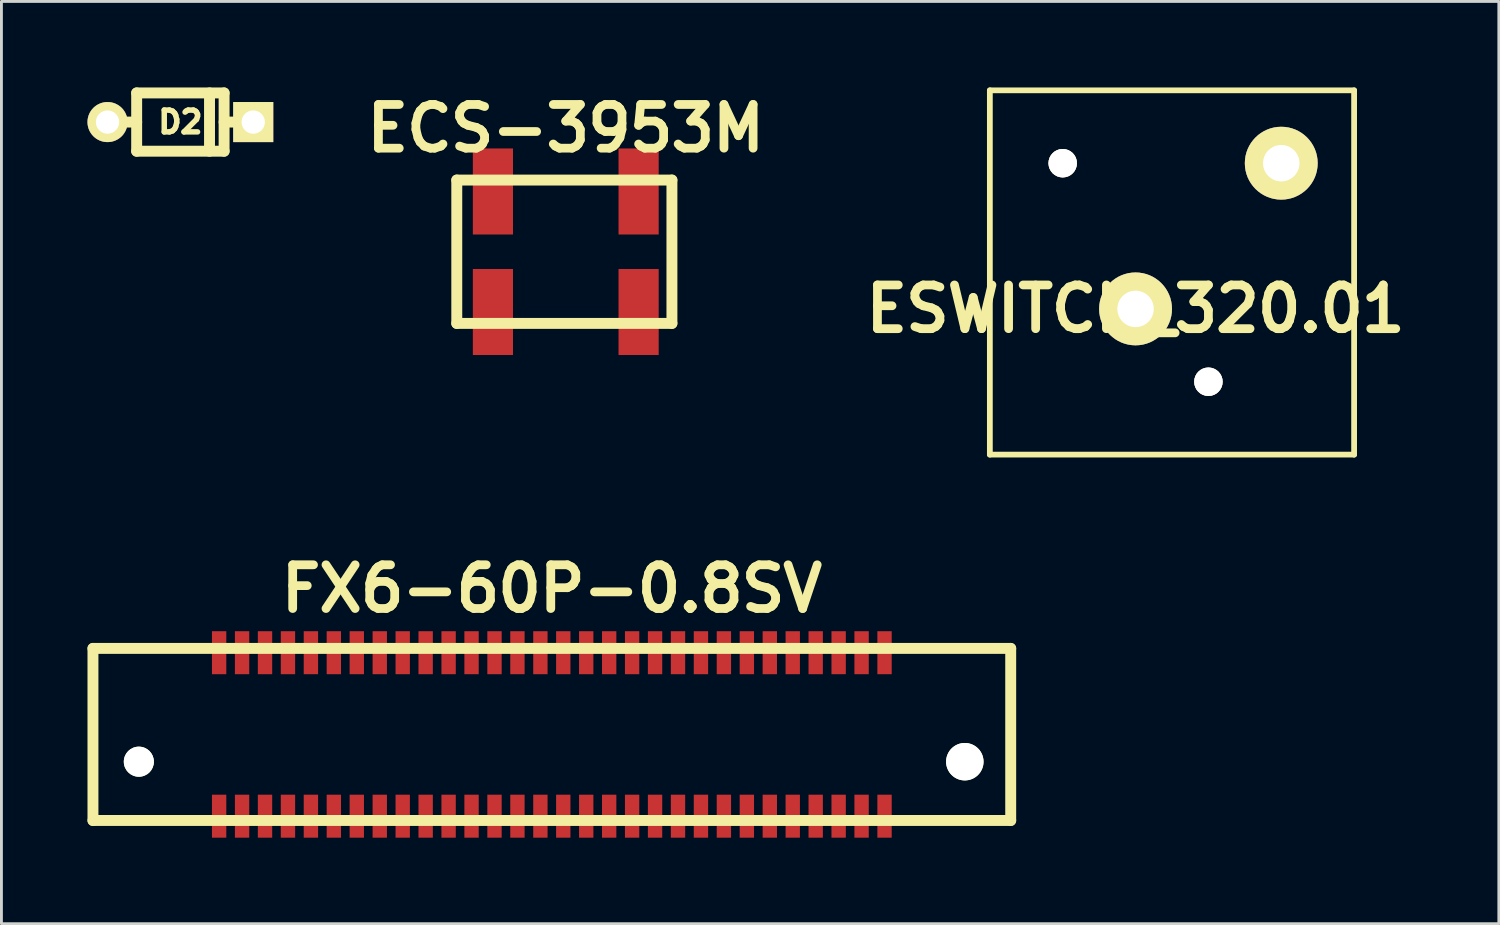
<source format=kicad_pcb>
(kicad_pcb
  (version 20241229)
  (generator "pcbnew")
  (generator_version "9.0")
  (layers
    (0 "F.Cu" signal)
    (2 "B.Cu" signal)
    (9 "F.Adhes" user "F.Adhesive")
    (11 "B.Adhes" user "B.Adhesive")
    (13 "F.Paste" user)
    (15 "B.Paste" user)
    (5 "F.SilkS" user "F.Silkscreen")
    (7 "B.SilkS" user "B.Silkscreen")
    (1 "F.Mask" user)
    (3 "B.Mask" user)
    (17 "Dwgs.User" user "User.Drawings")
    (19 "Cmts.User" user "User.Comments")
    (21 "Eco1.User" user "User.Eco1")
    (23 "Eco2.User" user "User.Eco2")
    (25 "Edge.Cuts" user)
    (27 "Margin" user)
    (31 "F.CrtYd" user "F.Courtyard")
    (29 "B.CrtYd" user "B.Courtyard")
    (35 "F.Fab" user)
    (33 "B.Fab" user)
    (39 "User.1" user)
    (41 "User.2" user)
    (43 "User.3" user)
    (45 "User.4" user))
  (footprint "FX6-60P-0.8SV"
    (layer "F.Cu")
    (at 16.19 22.557)
    (property "Reference" "FX6-60P-0.8SV" (at 0 -5.08 0) (layer "F.SilkS") (effects (font (size 1.524 1.524) (thickness 0.305))))
    (attr through_hole)
    (fp_line (start -15.999 -3) (end 15.999 -3) (stroke (width 0.381) (type solid)) (layer "F.SilkS"))
    (fp_line (start -15.999 3) (end -15.999 -3) (stroke (width 0.381) (type solid)) (layer "F.SilkS"))
    (fp_line (start 15.999 -3) (end 15.999 3) (stroke (width 0.381) (type solid)) (layer "F.SilkS"))
    (fp_line (start 15.999 3) (end -15.999 3) (stroke (width 0.381) (type solid)) (layer "F.SilkS"))
    (pad "" np_thru_hole circle (at -14.399 0.95) (size 1.049 1.049) (drill 1.049) (layers "*.Cu" "*.Mask" "F.SilkS"))
    (pad "" np_thru_hole circle (at 14.399 0.95) (size 1.306 1.306) (drill 1.306) (layers "*.Cu" "*.Mask" "F.SilkS"))
    (pad "1" smd rect (at 11.6 -2.85) (size 0.5 1.499) (layers "F.Cu" "F.Mask" "F.Paste"))
    (pad "2" smd rect (at 11.6 2.85 180) (size 0.5 1.499) (layers "F.Cu" "F.Mask" "F.Paste"))
    (pad "3" smd rect (at 10.8 -2.85) (size 0.5 1.499) (layers "F.Cu" "F.Mask" "F.Paste"))
    (pad "4" smd rect (at 10.8 2.85 180) (size 0.5 1.499) (layers "F.Cu" "F.Mask" "F.Paste"))
    (pad "5" smd rect (at 10 -2.85) (size 0.5 1.499) (layers "F.Cu" "F.Mask" "F.Paste"))
    (pad "6" smd rect (at 10 2.85 180) (size 0.5 1.499) (layers "F.Cu" "F.Mask" "F.Paste"))
    (pad "7" smd rect (at 9.2 -2.85) (size 0.5 1.499) (layers "F.Cu" "F.Mask" "F.Paste"))
    (pad "8" smd rect (at 9.2 2.85 180) (size 0.5 1.499) (layers "F.Cu" "F.Mask" "F.Paste"))
    (pad "9" smd rect (at 8.4 -2.85) (size 0.5 1.499) (layers "F.Cu" "F.Mask" "F.Paste"))
    (pad "10" smd rect (at 8.4 2.85 180) (size 0.5 1.499) (layers "F.Cu" "F.Mask" "F.Paste"))
    (pad "11" smd rect (at 7.6 -2.85) (size 0.5 1.499) (layers "F.Cu" "F.Mask" "F.Paste"))
    (pad "12" smd rect (at 7.6 2.85 180) (size 0.5 1.499) (layers "F.Cu" "F.Mask" "F.Paste"))
    (pad "13" smd rect (at 6.8 -2.85) (size 0.5 1.499) (layers "F.Cu" "F.Mask" "F.Paste"))
    (pad "14" smd rect (at 6.8 2.85 180) (size 0.5 1.499) (layers "F.Cu" "F.Mask" "F.Paste"))
    (pad "15" smd rect (at 5.999 -2.85) (size 0.5 1.499) (layers "F.Cu" "F.Mask" "F.Paste"))
    (pad "16" smd rect (at 5.999 2.85 180) (size 0.5 1.499) (layers "F.Cu" "F.Mask" "F.Paste"))
    (pad "17" smd rect (at 5.199 -2.85) (size 0.5 1.499) (layers "F.Cu" "F.Mask" "F.Paste"))
    (pad "18" smd rect (at 5.199 2.85 180) (size 0.5 1.499) (layers "F.Cu" "F.Mask" "F.Paste"))
    (pad "19" smd rect (at 4.399 -2.85) (size 0.5 1.499) (layers "F.Cu" "F.Mask" "F.Paste"))
    (pad "20" smd rect (at 4.399 2.85 180) (size 0.5 1.499) (layers "F.Cu" "F.Mask" "F.Paste"))
    (pad "21" smd rect (at 3.599 -2.85) (size 0.5 1.499) (layers "F.Cu" "F.Mask" "F.Paste"))
    (pad "22" smd rect (at 3.599 2.85 180) (size 0.5 1.499) (layers "F.Cu" "F.Mask" "F.Paste"))
    (pad "23" smd rect (at 2.799 -2.85) (size 0.5 1.499) (layers "F.Cu" "F.Mask" "F.Paste"))
    (pad "24" smd rect (at 2.799 2.85 180) (size 0.5 1.499) (layers "F.Cu" "F.Mask" "F.Paste"))
    (pad "25" smd rect (at 1.999 -2.85) (size 0.5 1.499) (layers "F.Cu" "F.Mask" "F.Paste"))
    (pad "26" smd rect (at 1.999 2.85 180) (size 0.5 1.499) (layers "F.Cu" "F.Mask" "F.Paste"))
    (pad "27" smd rect (at 1.199 -2.85) (size 0.5 1.499) (layers "F.Cu" "F.Mask" "F.Paste"))
    (pad "28" smd rect (at 1.199 2.85 180) (size 0.5 1.499) (layers "F.Cu" "F.Mask" "F.Paste"))
    (pad "29" smd rect (at 0.399 -2.85) (size 0.5 1.499) (layers "F.Cu" "F.Mask" "F.Paste"))
    (pad "30" smd rect (at 0.399 2.85 180) (size 0.5 1.499) (layers "F.Cu" "F.Mask" "F.Paste"))
    (pad "31" smd rect (at -0.399 -2.85) (size 0.5 1.499) (layers "F.Cu" "F.Mask" "F.Paste"))
    (pad "32" smd rect (at -0.399 2.85 180) (size 0.5 1.499) (layers "F.Cu" "F.Mask" "F.Paste"))
    (pad "33" smd rect (at -1.199 -2.85) (size 0.5 1.499) (layers "F.Cu" "F.Mask" "F.Paste"))
    (pad "34" smd rect (at -1.199 2.85 180) (size 0.5 1.499) (layers "F.Cu" "F.Mask" "F.Paste"))
    (pad "35" smd rect (at -1.999 -2.85) (size 0.5 1.499) (layers "F.Cu" "F.Mask" "F.Paste"))
    (pad "36" smd rect (at -1.999 2.85 180) (size 0.5 1.499) (layers "F.Cu" "F.Mask" "F.Paste"))
    (pad "37" smd rect (at -2.799 -2.85) (size 0.5 1.499) (layers "F.Cu" "F.Mask" "F.Paste"))
    (pad "38" smd rect (at -2.799 2.85 180) (size 0.5 1.499) (layers "F.Cu" "F.Mask" "F.Paste"))
    (pad "39" smd rect (at -3.599 -2.85) (size 0.5 1.499) (layers "F.Cu" "F.Mask" "F.Paste"))
    (pad "40" smd rect (at -3.599 2.85 180) (size 0.5 1.499) (layers "F.Cu" "F.Mask" "F.Paste"))
    (pad "41" smd rect (at -4.399 -2.85) (size 0.5 1.499) (layers "F.Cu" "F.Mask" "F.Paste"))
    (pad "42" smd rect (at -4.399 2.85 180) (size 0.5 1.499) (layers "F.Cu" "F.Mask" "F.Paste"))
    (pad "43" smd rect (at -5.199 -2.85) (size 0.5 1.499) (layers "F.Cu" "F.Mask" "F.Paste"))
    (pad "44" smd rect (at -5.199 2.85 180) (size 0.5 1.499) (layers "F.Cu" "F.Mask" "F.Paste"))
    (pad "45" smd rect (at -5.999 -2.85) (size 0.5 1.499) (layers "F.Cu" "F.Mask" "F.Paste"))
    (pad "46" smd rect (at -5.999 2.85 180) (size 0.5 1.499) (layers "F.Cu" "F.Mask" "F.Paste"))
    (pad "47" smd rect (at -6.8 -2.85) (size 0.5 1.499) (layers "F.Cu" "F.Mask" "F.Paste"))
    (pad "48" smd rect (at -6.8 2.85 180) (size 0.5 1.499) (layers "F.Cu" "F.Mask" "F.Paste"))
    (pad "49" smd rect (at -7.6 -2.85) (size 0.5 1.499) (layers "F.Cu" "F.Mask" "F.Paste"))
    (pad "50" smd rect (at -7.6 2.85 180) (size 0.5 1.499) (layers "F.Cu" "F.Mask" "F.Paste"))
    (pad "51" smd rect (at -8.4 -2.85) (size 0.5 1.499) (layers "F.Cu" "F.Mask" "F.Paste"))
    (pad "52" smd rect (at -8.4 2.85 180) (size 0.5 1.499) (layers "F.Cu" "F.Mask" "F.Paste"))
    (pad "53" smd rect (at -9.2 -2.85) (size 0.5 1.499) (layers "F.Cu" "F.Mask" "F.Paste"))
    (pad "54" smd rect (at -9.2 2.85 180) (size 0.5 1.499) (layers "F.Cu" "F.Mask" "F.Paste"))
    (pad "55" smd rect (at -10 -2.85) (size 0.5 1.499) (layers "F.Cu" "F.Mask" "F.Paste"))
    (pad "56" smd rect (at -10 2.85 180) (size 0.5 1.499) (layers "F.Cu" "F.Mask" "F.Paste"))
    (pad "57" smd rect (at -10.8 -2.85) (size 0.5 1.499) (layers "F.Cu" "F.Mask" "F.Paste"))
    (pad "58" smd rect (at -10.8 2.85 180) (size 0.5 1.499) (layers "F.Cu" "F.Mask" "F.Paste"))
    (pad "59" smd rect (at -11.6 -2.85) (size 0.5 1.499) (layers "F.Cu" "F.Mask" "F.Paste"))
    (pad "60" smd rect (at -11.6 2.85 180) (size 0.5 1.499) (layers "F.Cu" "F.Mask" "F.Paste")))
  (footprint "D2"
    (layer "F.Cu")
    (at 3.239 1.206)
    (property "Reference" "D2" (at 0 0 0) (layer "F.SilkS") (effects (font (size 0.762 0.762) (thickness 0.191))))
    (attr through_hole)
    (fp_line (start -2.54 0) (end -1.524 0) (stroke (width 0.381) (type solid)) (layer "F.SilkS"))
    (fp_line (start -1.524 -1.016) (end -1.524 1.016) (stroke (width 0.381) (type solid)) (layer "F.SilkS"))
    (fp_line (start -1.524 -1.016) (end 1.524 -1.016) (stroke (width 0.381) (type solid)) (layer "F.SilkS"))
    (fp_line (start -1.524 1.016) (end 1.524 1.016) (stroke (width 0.381) (type solid)) (layer "F.SilkS"))
    (fp_line (start 1.016 -1.016) (end 1.016 1.016) (stroke (width 0.381) (type solid)) (layer "F.SilkS"))
    (fp_line (start 1.524 -1.016) (end 1.524 1.016) (stroke (width 0.381) (type solid)) (layer "F.SilkS"))
    (fp_line (start 1.524 0) (end 2.54 0) (stroke (width 0.381) (type solid)) (layer "F.SilkS"))
    (pad "1" thru_hole circle (at -2.54 0) (size 1.397 1.397) (drill 0.813) (layers "*.Cu" "*.Mask" "F.SilkS"))
    (pad "2" thru_hole rect (at 2.54 0) (size 1.397 1.397) (drill 0.813) (layers "*.Cu" "*.Mask" "F.SilkS")))
  (footprint "ESWITCH_320.01"
    (layer "F.Cu")
    (at 31.462 12.8)
    (property "Reference" "ESWITCH_320.01" (at 5.08 -5.08 0) (layer "F.SilkS") (effects (font (size 1.524 1.524) (thickness 0.305))))
    (attr through_hole)
    (fp_line (start 0 -12.7) (end 12.7 -12.7) (stroke (width 0.201) (type solid)) (layer "F.SilkS"))
    (fp_line (start 0 0) (end 0 -12.7) (stroke (width 0.201) (type solid)) (layer "F.SilkS"))
    (fp_line (start 12.7 -12.7) (end 12.7 0) (stroke (width 0.201) (type solid)) (layer "F.SilkS"))
    (fp_line (start 12.7 0) (end 0 0) (stroke (width 0.201) (type solid)) (layer "F.SilkS"))
    (pad "1" thru_hole circle (at 10.16 -10.16) (size 2.54 2.54) (drill 1.27) (layers "*.Cu" "*.Mask" "F.SilkS"))
    (pad "2" thru_hole circle (at 5.08 -5.08) (size 2.54 2.54) (drill 1.27) (layers "*.Cu" "*.Mask" "F.SilkS"))
    (pad "3" thru_hole circle (at 7.62 -2.54) (size 0.991 0.991) (drill 0.991) (layers "*.Cu" "*.Mask" "F.SilkS"))
    (pad "4" thru_hole circle (at 2.54 -10.16) (size 0.991 0.991) (drill 0.991) (layers "*.Cu" "*.Mask" "F.SilkS")))
  (footprint "ECS-3953M"
    (layer "F.Cu")
    (at 16.676 5.727)
    (property "Reference" "ECS-3953M" (at 0 -4.3 0) (layer "F.SilkS") (effects (font (size 1.524 1.524) (thickness 0.305))))
    (attr through_hole)
    (fp_line (start -3.8 -2.499) (end 3.701 -2.499) (stroke (width 0.381) (type solid)) (layer "F.SilkS"))
    (fp_line (start -3.8 2.499) (end -3.8 -2.499) (stroke (width 0.381) (type solid)) (layer "F.SilkS"))
    (fp_line (start 3.701 -2.499) (end 3.701 2.499) (stroke (width 0.381) (type solid)) (layer "F.SilkS"))
    (fp_line (start 3.701 2.499) (end -3.8 2.499) (stroke (width 0.381) (type solid)) (layer "F.SilkS"))
    (pad "1" smd rect (at -2.54 2.101) (size 1.4 3) (layers "F.Cu" "F.Mask" "F.Paste"))
    (pad "2" smd rect (at 2.54 2.101) (size 1.4 3) (layers "F.Cu" "F.Mask" "F.Paste"))
    (pad "3" smd rect (at 2.54 -2.101) (size 1.4 3) (layers "F.Cu" "F.Mask" "F.Paste"))
    (pad "4" smd rect (at -2.54 -2.101) (size 1.4 3) (layers "F.Cu" "F.Mask" "F.Paste")))
  (gr_rect
    (start -3 -3)
    (end 49.208 29.156)
    (stroke (width 0.1) (type default))
    (fill no)
    (layer "Edge.Cuts")))
</source>
